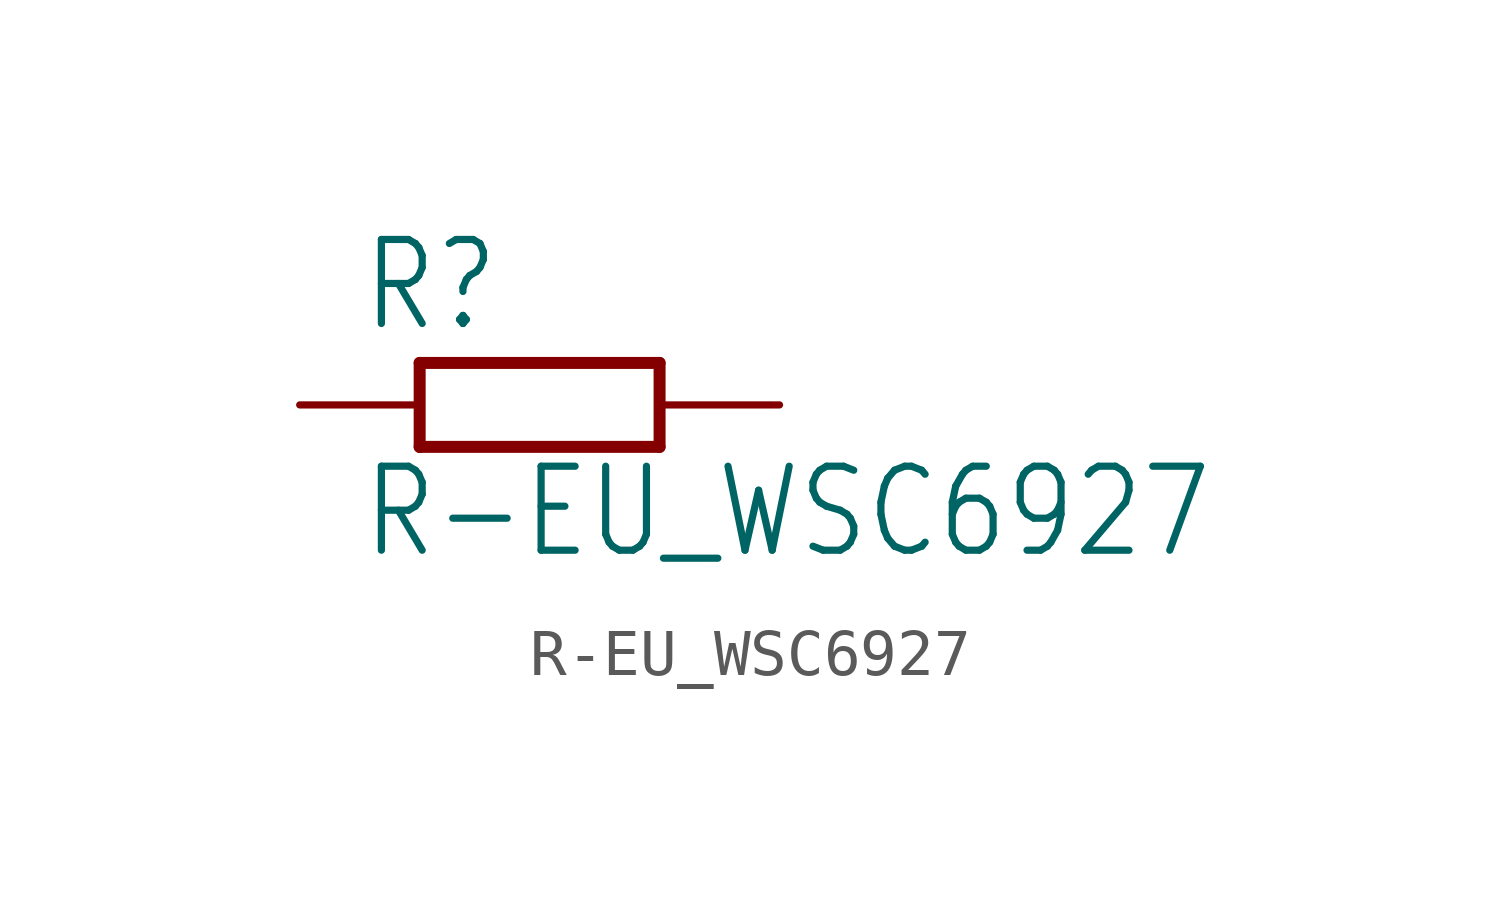
<source format=kicad_sym>
(kicad_symbol_lib
  (version 20220331)
  (generator kicad_symbol_editor)
  (symbol "R-EU_WSC6927"
    (property "Reference" "R"
      (at -3.81 1.499 0)
      (effects (font (size 1.778 1.511)) (justify left bottom)))
    (property "Value" "R-EU_WSC6927"
      (at -3.81 -3.302 0)
      (effects (font (size 1.778 1.511)) (justify left bottom)))
    (property "ki_locked" ""
      (at 0 0 0)
      (effects (font (size 1.27 1.27))))
    (symbol "R-EU_WSC6927_1_0"
      (polyline (pts (xy -2.54 -0.889) (xy -2.54 0.889)) (stroke (width 0.254) (type solid)) (fill (type none)))
      (polyline (pts (xy -2.54 -0.889) (xy 2.54 -0.889)) (stroke (width 0.254) (type solid)) (fill (type none)))
      (polyline (pts (xy 2.54 -0.889) (xy 2.54 0.889)) (stroke (width 0.254) (type solid)) (fill (type none)))
      (polyline (pts (xy 2.54 0.889) (xy -2.54 0.889)) (stroke (width 0.254) (type solid)) (fill (type none)))
      (pin passive line (at -5.08 0 0) (length 2.54) (name "1" (effects (font (size 0 0)))) (number "1" (effects (font (size 0 0)))))
      (pin passive line (at 5.08 0 180) (length 2.54) (name "2" (effects (font (size 0 0)))) (number "2" (effects (font (size 0 0))))))))
</source>
